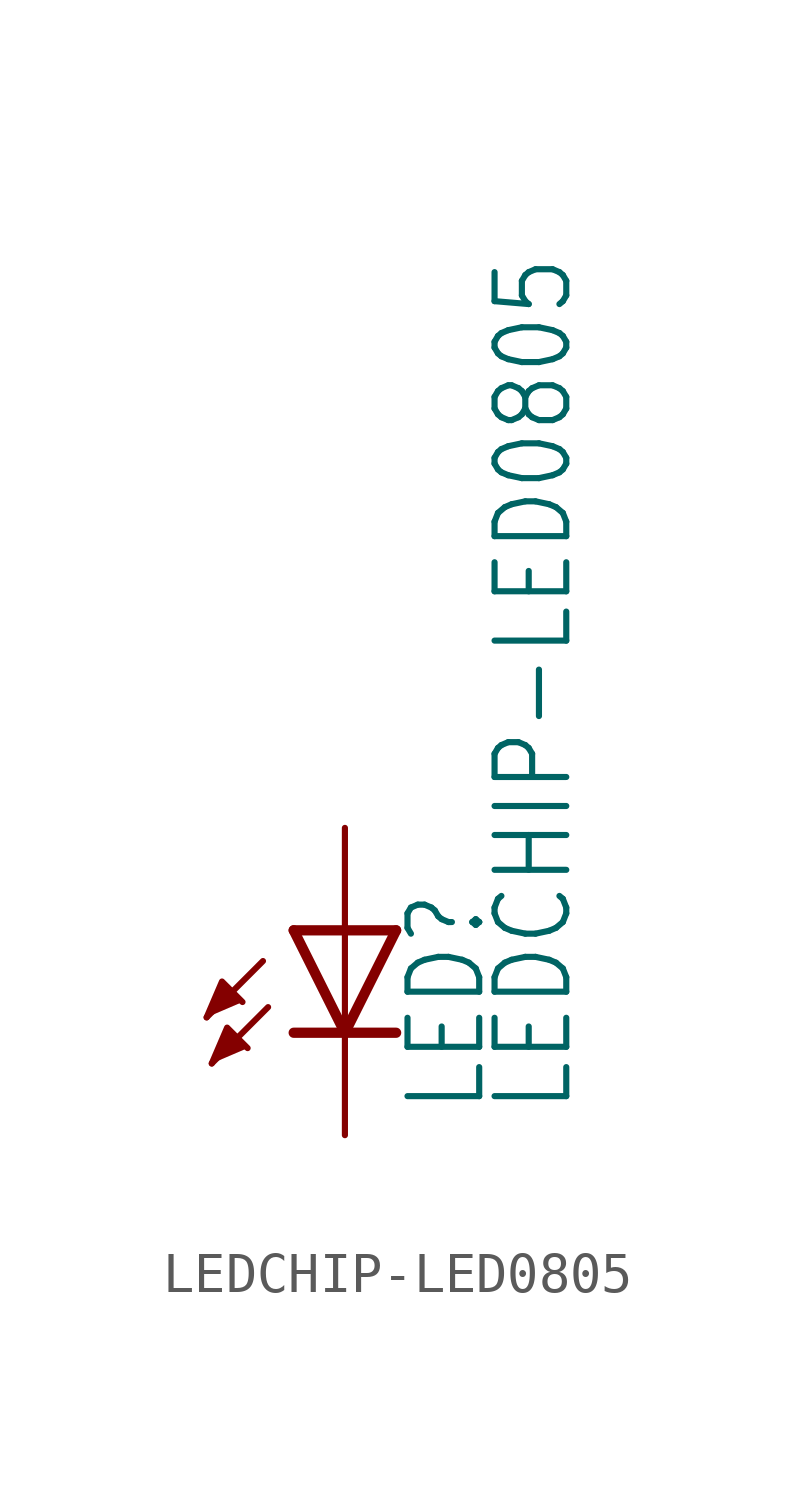
<source format=kicad_sym>
(kicad_symbol_lib
  (version 20211014)
  (generator kicad_symbol_editor)
  (symbol "LEDCHIP-LED0805"
    (property "Reference" "LED"
      (at 3.556 -4.572 90)
      (effects (font (size 1.778 1.511)) (justify left bottom)))
    (property "Value" "LEDCHIP-LED0805"
      (at 5.715 -4.572 90)
      (effects (font (size 1.778 1.511)) (justify left bottom)))
    (property "ki_locked" ""
      (at 0 0 0)
      (effects (font (size 1.27 1.27))))
    (symbol "LEDCHIP-LED0805_1_0"
      (polyline (pts (xy -2.032 -0.762) (xy -3.429 -2.159)) (stroke (width 0.152) (type default) (color 0 0 0 0)) (fill (type none)))
      (polyline (pts (xy -1.905 -1.905) (xy -3.302 -3.302)) (stroke (width 0.152) (type default) (color 0 0 0 0)) (fill (type none)))
      (polyline (pts (xy 0 -2.54) (xy -1.27 -2.54)) (stroke (width 0.254) (type default) (color 0 0 0 0)) (fill (type none)))
      (polyline (pts (xy 0 -2.54) (xy -1.27 0)) (stroke (width 0.254) (type default) (color 0 0 0 0)) (fill (type none)))
      (polyline (pts (xy 0 0) (xy -1.27 0)) (stroke (width 0.254) (type default) (color 0 0 0 0)) (fill (type none)))
      (polyline (pts (xy 0 0) (xy 0 -2.54)) (stroke (width 0.152) (type default) (color 0 0 0 0)) (fill (type none)))
      (polyline (pts (xy 1.27 -2.54) (xy 0 -2.54)) (stroke (width 0.254) (type default) (color 0 0 0 0)) (fill (type none)))
      (polyline (pts (xy 1.27 0) (xy 0 -2.54)) (stroke (width 0.254) (type default) (color 0 0 0 0)) (fill (type none)))
      (polyline (pts (xy 1.27 0) (xy 0 0)) (stroke (width 0.254) (type default) (color 0 0 0 0)) (fill (type none)))
      (polyline (pts (xy -3.429 -2.159) (xy -3.048 -1.27) (xy -2.54 -1.778)) (stroke (width 0) (type default) (color 0 0 0 0)) (fill (type outline)))
      (polyline (pts (xy -3.302 -3.302) (xy -2.921 -2.413) (xy -2.413 -2.921)) (stroke (width 0) (type default) (color 0 0 0 0)) (fill (type outline)))
      (pin passive line (at 0 2.54 270) (length 2.54) (name "A" (effects (font (size 0 0)))) (number "A" (effects (font (size 0 0)))))
      (pin passive line (at 0 -5.08 90) (length 2.54) (name "C" (effects (font (size 0 0)))) (number "C" (effects (font (size 0 0))))))))
</source>
